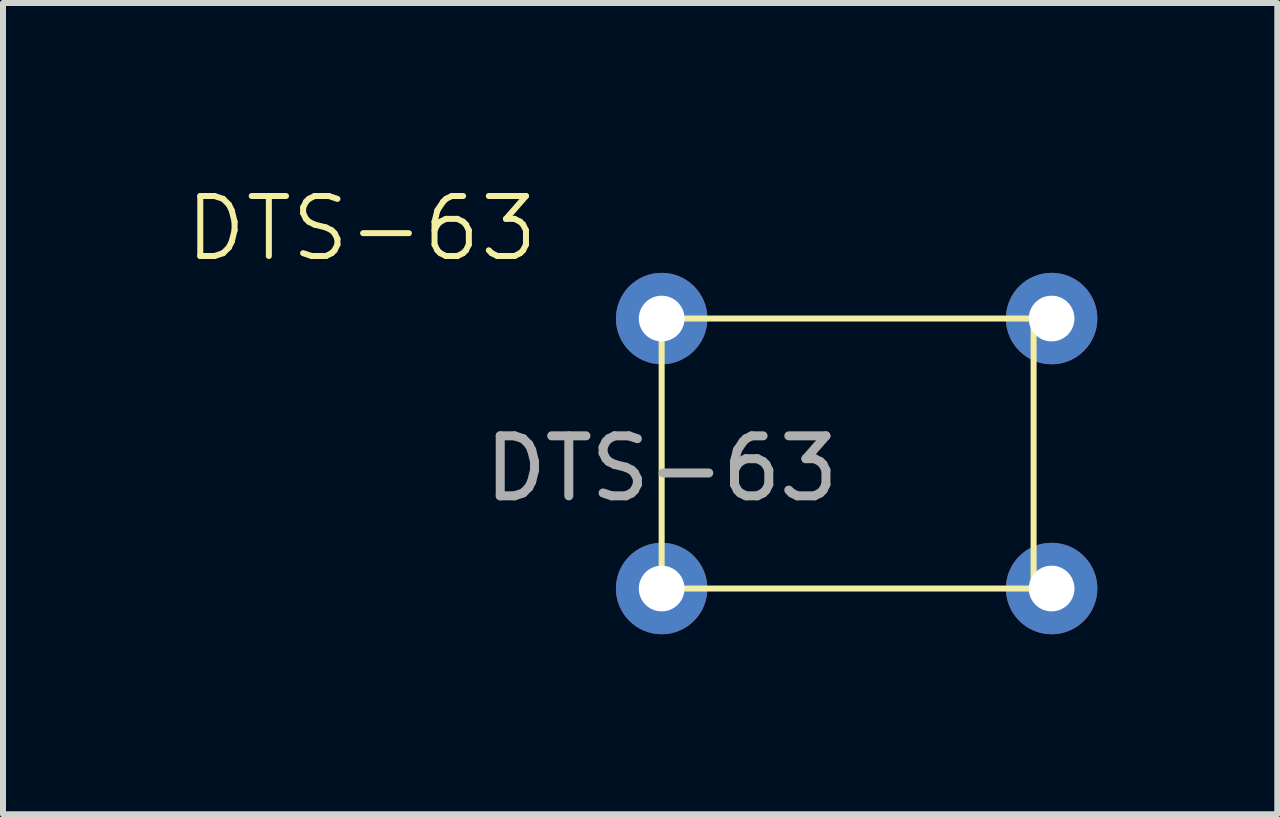
<source format=kicad_pcb>
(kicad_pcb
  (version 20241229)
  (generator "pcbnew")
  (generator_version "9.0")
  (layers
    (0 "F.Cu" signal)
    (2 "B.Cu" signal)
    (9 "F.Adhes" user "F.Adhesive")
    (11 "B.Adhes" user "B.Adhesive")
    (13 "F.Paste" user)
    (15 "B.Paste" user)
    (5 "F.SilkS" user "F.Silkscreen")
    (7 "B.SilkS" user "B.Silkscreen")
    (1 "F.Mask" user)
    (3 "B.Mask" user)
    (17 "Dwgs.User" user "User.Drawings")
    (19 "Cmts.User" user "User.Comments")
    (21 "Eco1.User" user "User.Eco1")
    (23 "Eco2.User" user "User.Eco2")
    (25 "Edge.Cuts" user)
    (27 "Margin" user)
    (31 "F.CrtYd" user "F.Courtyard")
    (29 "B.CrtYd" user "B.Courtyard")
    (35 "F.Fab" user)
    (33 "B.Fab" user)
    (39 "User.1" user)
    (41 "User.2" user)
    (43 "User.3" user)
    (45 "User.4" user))
  (footprint "DTS-63"
    (layer "F.Cu")
    (at 7.979 2.26)
    (property "Reference" "DTS-63" (at -5 -1.5 0) (unlocked yes) (layer "F.SilkS") (effects (font (size 1 1) (thickness 0.1))))
    (attr through_hole)
    (fp_rect (start 0 0) (end 6.2 4.5) (stroke (width 0.1) (type default)) (fill no) (layer "F.SilkS"))
    (fp_text user "${REFERENCE}" (at 0 2.5 0) (unlocked yes) (layer "F.Fab") (effects (font (size 1 1) (thickness 0.15))))
    (pad "1" thru_hole circle (at 0 0) (size 1.524 1.524) (drill 0.762) (layers "*.Cu" "*.Mask"))
    (pad "1" thru_hole circle (at 6.5 0) (size 1.524 1.524) (drill 0.762) (layers "*.Cu" "*.Mask"))
    (pad "2" thru_hole circle (at 0 4.5) (size 1.524 1.524) (drill 0.762) (layers "*.Cu" "*.Mask"))
    (pad "2" thru_hole circle (at 6.5 4.5) (size 1.524 1.524) (drill 0.762) (layers "*.Cu" "*.Mask")))
  (gr_rect
    (start -3 -3)
    (end 18.241 10.523)
    (stroke (width 0.1) (type default))
    (fill no)
    (layer "Edge.Cuts")))
</source>
